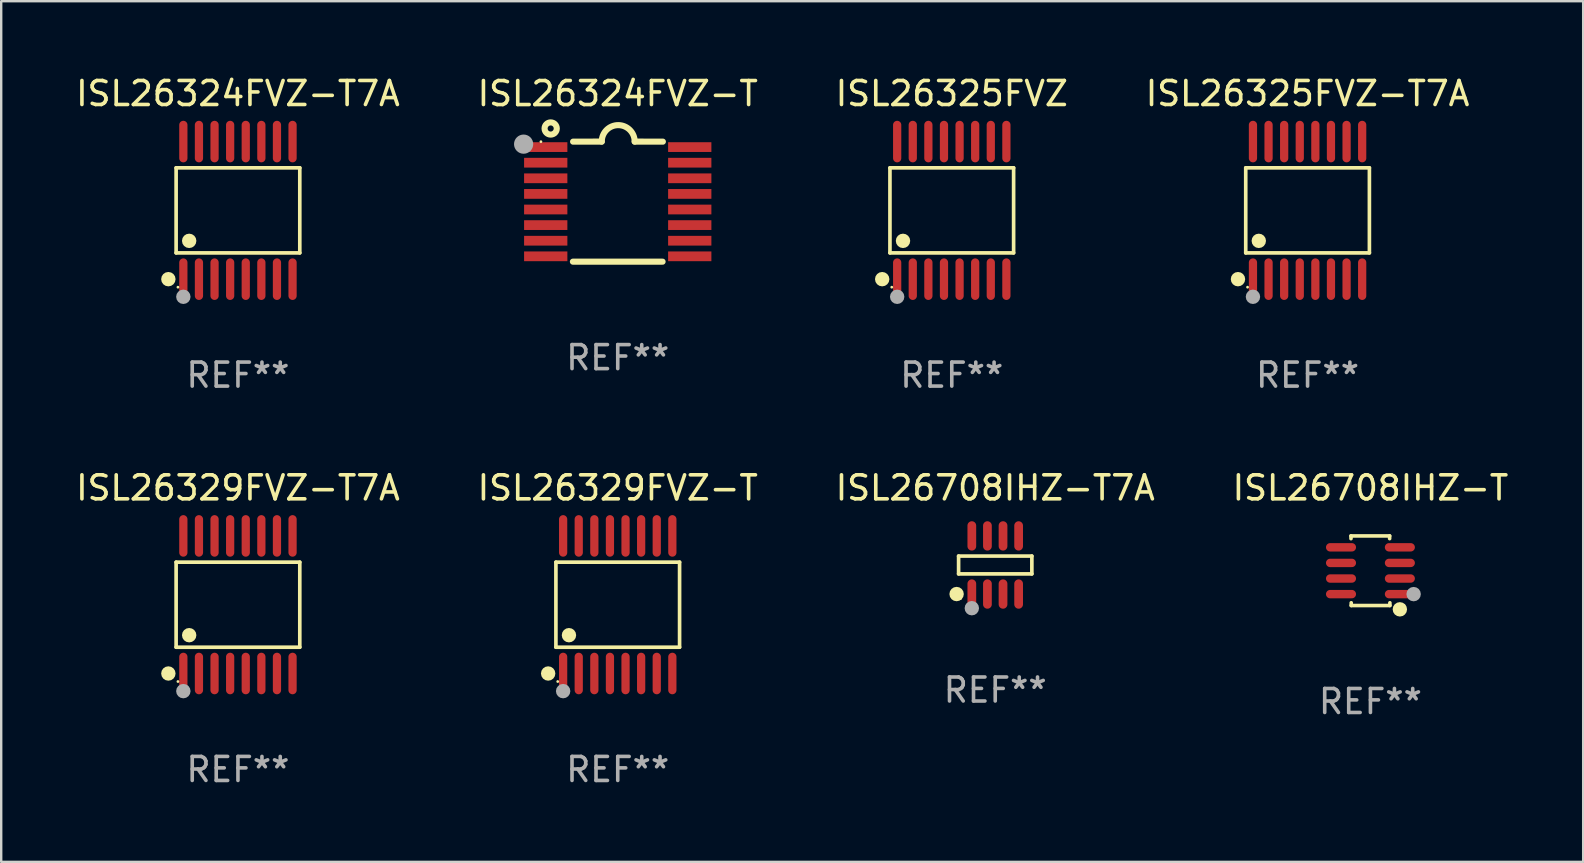
<source format=kicad_pcb>
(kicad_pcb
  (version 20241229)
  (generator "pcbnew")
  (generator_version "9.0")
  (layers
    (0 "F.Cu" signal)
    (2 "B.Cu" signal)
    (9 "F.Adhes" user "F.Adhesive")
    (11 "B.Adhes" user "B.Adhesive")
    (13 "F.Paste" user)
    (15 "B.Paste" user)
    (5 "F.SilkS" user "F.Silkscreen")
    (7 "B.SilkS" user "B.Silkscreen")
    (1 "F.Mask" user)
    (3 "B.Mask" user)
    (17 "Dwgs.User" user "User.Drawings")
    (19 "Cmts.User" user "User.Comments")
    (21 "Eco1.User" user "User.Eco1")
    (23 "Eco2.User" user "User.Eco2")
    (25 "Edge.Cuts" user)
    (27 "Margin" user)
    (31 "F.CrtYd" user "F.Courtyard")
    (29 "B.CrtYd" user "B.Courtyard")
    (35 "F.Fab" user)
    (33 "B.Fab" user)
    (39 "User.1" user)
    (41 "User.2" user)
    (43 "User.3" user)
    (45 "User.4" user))
  (footprint "ISL26324FVZ-T7A"
    (layer "F.Cu")
    (at 6.863 5.714)
    (property "Reference" "ISL26324FVZ-T7A" (at 0 -4.866 0) (layer "F.SilkS") (effects (font (size 1 1) (thickness 0.15))))
    (attr through_hole)
    (fp_line (start -2.576 -1.772) (end 2.576 -1.772) (stroke (width 0.152) (type solid)) (layer "F.SilkS"))
    (fp_line (start -2.576 1.771) (end -2.576 -1.772) (stroke (width 0.152) (type solid)) (layer "F.SilkS"))
    (fp_line (start 2.576 -1.772) (end 2.576 1.771) (stroke (width 0.152) (type solid)) (layer "F.SilkS"))
    (fp_line (start 2.576 1.771) (end -2.576 1.771) (stroke (width 0.152) (type solid)) (layer "F.SilkS"))
    (fp_circle (center -2.899 2.866) (end -2.749 2.866) (stroke (width 0.3) (type solid)) (fill no) (layer "F.SilkS"))
    (fp_circle (center -2.5 3.2) (end -2.47 3.2) (stroke (width 0.06) (type solid)) (fill no) (layer "F.SilkS"))
    (fp_circle (center -2.032 1.27) (end -1.882 1.27) (stroke (width 0.3) (type solid)) (fill no) (layer "F.SilkS"))
    (fp_circle (center -2.275 3.6) (end -2.125 3.6) (stroke (width 0.3) (type solid)) (fill no) (layer "F.Fab"))
    (fp_text user "REF**" (at 0 6.866 0) (layer "F.Fab") (effects (font (size 1 1) (thickness 0.15))))
    (pad "1" smd oval (at -2.275 2.866) (size 0.343 1.731) (layers "F.Cu" "F.Mask" "F.Paste"))
    (pad "2" smd oval (at -1.625 2.866) (size 0.343 1.731) (layers "F.Cu" "F.Mask" "F.Paste"))
    (pad "3" smd oval (at -0.975 2.866) (size 0.343 1.731) (layers "F.Cu" "F.Mask" "F.Paste"))
    (pad "4" smd oval (at -0.325 2.866) (size 0.343 1.731) (layers "F.Cu" "F.Mask" "F.Paste"))
    (pad "5" smd oval (at 0.325 2.866) (size 0.343 1.731) (layers "F.Cu" "F.Mask" "F.Paste"))
    (pad "6" smd oval (at 0.975 2.866) (size 0.343 1.731) (layers "F.Cu" "F.Mask" "F.Paste"))
    (pad "7" smd oval (at 1.625 2.866) (size 0.343 1.731) (layers "F.Cu" "F.Mask" "F.Paste"))
    (pad "8" smd oval (at 2.275 2.866) (size 0.343 1.731) (layers "F.Cu" "F.Mask" "F.Paste"))
    (pad "9" smd oval (at 2.275 -2.866) (size 0.343 1.731) (layers "F.Cu" "F.Mask" "F.Paste"))
    (pad "10" smd oval (at 1.625 -2.866) (size 0.343 1.731) (layers "F.Cu" "F.Mask" "F.Paste"))
    (pad "11" smd oval (at 0.975 -2.866) (size 0.343 1.731) (layers "F.Cu" "F.Mask" "F.Paste"))
    (pad "12" smd oval (at 0.325 -2.866) (size 0.343 1.731) (layers "F.Cu" "F.Mask" "F.Paste"))
    (pad "13" smd oval (at -0.325 -2.866) (size 0.343 1.731) (layers "F.Cu" "F.Mask" "F.Paste"))
    (pad "14" smd oval (at -0.975 -2.866) (size 0.343 1.731) (layers "F.Cu" "F.Mask" "F.Paste"))
    (pad "15" smd oval (at -1.625 -2.866) (size 0.343 1.731) (layers "F.Cu" "F.Mask" "F.Paste"))
    (pad "16" smd oval (at -2.275 -2.866) (size 0.343 1.731) (layers "F.Cu" "F.Mask" "F.Paste")))
  (footprint "ISL26324FVZ-T"
    (layer "F.Cu")
    (at 22.685 5.35)
    (property "Reference" "ISL26324FVZ-T" (at 0 -4.501 0) (layer "F.SilkS") (effects (font (size 1 1) (thickness 0.15))))
    (attr through_hole)
    (fp_line (start -1.868 2.501) (end 1.868 2.501) (stroke (width 0.254) (type solid)) (layer "F.SilkS"))
    (fp_line (start -1.86 -2.499) (end -0.666 -2.501) (stroke (width 0.254) (type solid)) (layer "F.SilkS"))
    (fp_line (start 0.706 -2.501) (end 1.88 -2.499) (stroke (width 0.254) (type solid)) (layer "F.SilkS"))
    (fp_arc (start -0.665914 -2.501448) (mid 0.019888 -3.18725) (end 0.70569 -2.501448) (stroke (width 0.254001) (type solid)) (layer "F.SilkS"))
    (fp_circle (center -3.2 -2.497) (end -3.17 -2.497) (stroke (width 0.06) (type solid)) (fill no) (layer "F.SilkS"))
    (fp_circle (center -2.794 -3.047) (end -2.54 -3.047) (stroke (width 0.254) (type solid)) (fill no) (layer "F.SilkS"))
    (fp_circle (center -3.921 -2.395) (end -3.721 -2.395) (stroke (width 0.4) (type solid)) (fill no) (layer "F.Fab"))
    (fp_text user "REF**" (at 0 6.501 0) (layer "F.Fab") (effects (font (size 1 1) (thickness 0.15))))
    (pad "1" smd rect (at -3 -2.272) (size 1.803 0.406) (layers "F.Cu" "F.Mask" "F.Paste"))
    (pad "2" smd rect (at -3 -1.622) (size 1.803 0.406) (layers "F.Cu" "F.Mask" "F.Paste"))
    (pad "3" smd rect (at -3 -0.972) (size 1.803 0.406) (layers "F.Cu" "F.Mask" "F.Paste"))
    (pad "4" smd rect (at -3 -0.322) (size 1.803 0.406) (layers "F.Cu" "F.Mask" "F.Paste"))
    (pad "5" smd rect (at -3 0.328) (size 1.803 0.406) (layers "F.Cu" "F.Mask" "F.Paste"))
    (pad "6" smd rect (at -3 0.978) (size 1.803 0.406) (layers "F.Cu" "F.Mask" "F.Paste"))
    (pad "7" smd rect (at -3 1.628) (size 1.803 0.406) (layers "F.Cu" "F.Mask" "F.Paste"))
    (pad "8" smd rect (at -3 2.278) (size 1.803 0.406) (layers "F.Cu" "F.Mask" "F.Paste"))
    (pad "9" smd rect (at 3 2.278) (size 1.803 0.406) (layers "F.Cu" "F.Mask" "F.Paste"))
    (pad "10" smd rect (at 3 1.628) (size 1.803 0.406) (layers "F.Cu" "F.Mask" "F.Paste"))
    (pad "11" smd rect (at 3 0.978) (size 1.803 0.406) (layers "F.Cu" "F.Mask" "F.Paste"))
    (pad "12" smd rect (at 3 0.328) (size 1.803 0.406) (layers "F.Cu" "F.Mask" "F.Paste"))
    (pad "13" smd rect (at 3 -0.322) (size 1.803 0.406) (layers "F.Cu" "F.Mask" "F.Paste"))
    (pad "14" smd rect (at 3 -0.972) (size 1.803 0.406) (layers "F.Cu" "F.Mask" "F.Paste"))
    (pad "15" smd rect (at 3 -1.622) (size 1.803 0.406) (layers "F.Cu" "F.Mask" "F.Paste"))
    (pad "16" smd rect (at 3 -2.272) (size 1.803 0.406) (layers "F.Cu" "F.Mask" "F.Paste")))
  (footprint "ISL26325FVZ-T7A"
    (layer "F.Cu")
    (at 51.423 5.714)
    (property "Reference" "ISL26325FVZ-T7A" (at 0 -4.866 0) (layer "F.SilkS") (effects (font (size 1 1) (thickness 0.15))))
    (attr through_hole)
    (fp_line (start -2.576 -1.772) (end 2.576 -1.772) (stroke (width 0.152) (type solid)) (layer "F.SilkS"))
    (fp_line (start -2.576 1.771) (end -2.576 -1.772) (stroke (width 0.152) (type solid)) (layer "F.SilkS"))
    (fp_line (start 2.576 -1.772) (end 2.576 1.771) (stroke (width 0.152) (type solid)) (layer "F.SilkS"))
    (fp_line (start 2.576 1.771) (end -2.576 1.771) (stroke (width 0.152) (type solid)) (layer "F.SilkS"))
    (fp_circle (center -2.899 2.866) (end -2.749 2.866) (stroke (width 0.3) (type solid)) (fill no) (layer "F.SilkS"))
    (fp_circle (center -2.5 3.2) (end -2.47 3.2) (stroke (width 0.06) (type solid)) (fill no) (layer "F.SilkS"))
    (fp_circle (center -2.032 1.27) (end -1.882 1.27) (stroke (width 0.3) (type solid)) (fill no) (layer "F.SilkS"))
    (fp_circle (center -2.275 3.6) (end -2.125 3.6) (stroke (width 0.3) (type solid)) (fill no) (layer "F.Fab"))
    (fp_text user "REF**" (at 0 6.866 0) (layer "F.Fab") (effects (font (size 1 1) (thickness 0.15))))
    (pad "1" smd oval (at -2.275 2.866) (size 0.343 1.731) (layers "F.Cu" "F.Mask" "F.Paste"))
    (pad "2" smd oval (at -1.625 2.866) (size 0.343 1.731) (layers "F.Cu" "F.Mask" "F.Paste"))
    (pad "3" smd oval (at -0.975 2.866) (size 0.343 1.731) (layers "F.Cu" "F.Mask" "F.Paste"))
    (pad "4" smd oval (at -0.325 2.866) (size 0.343 1.731) (layers "F.Cu" "F.Mask" "F.Paste"))
    (pad "5" smd oval (at 0.325 2.866) (size 0.343 1.731) (layers "F.Cu" "F.Mask" "F.Paste"))
    (pad "6" smd oval (at 0.975 2.866) (size 0.343 1.731) (layers "F.Cu" "F.Mask" "F.Paste"))
    (pad "7" smd oval (at 1.625 2.866) (size 0.343 1.731) (layers "F.Cu" "F.Mask" "F.Paste"))
    (pad "8" smd oval (at 2.275 2.866) (size 0.343 1.731) (layers "F.Cu" "F.Mask" "F.Paste"))
    (pad "9" smd oval (at 2.275 -2.866) (size 0.343 1.731) (layers "F.Cu" "F.Mask" "F.Paste"))
    (pad "10" smd oval (at 1.625 -2.866) (size 0.343 1.731) (layers "F.Cu" "F.Mask" "F.Paste"))
    (pad "11" smd oval (at 0.975 -2.866) (size 0.343 1.731) (layers "F.Cu" "F.Mask" "F.Paste"))
    (pad "12" smd oval (at 0.325 -2.866) (size 0.343 1.731) (layers "F.Cu" "F.Mask" "F.Paste"))
    (pad "13" smd oval (at -0.325 -2.866) (size 0.343 1.731) (layers "F.Cu" "F.Mask" "F.Paste"))
    (pad "14" smd oval (at -0.975 -2.866) (size 0.343 1.731) (layers "F.Cu" "F.Mask" "F.Paste"))
    (pad "15" smd oval (at -1.625 -2.866) (size 0.343 1.731) (layers "F.Cu" "F.Mask" "F.Paste"))
    (pad "16" smd oval (at -2.275 -2.866) (size 0.343 1.731) (layers "F.Cu" "F.Mask" "F.Paste")))
  (footprint "ISL26708IHZ-T7A"
    (layer "F.Cu")
    (at 38.411 20.487)
    (property "Reference" "ISL26708IHZ-T7A" (at 0 -3.211 0) (layer "F.SilkS") (effects (font (size 1 1) (thickness 0.15))))
    (attr through_hole)
    (fp_line (start -1.526 -0.371) (end 1.526 -0.371) (stroke (width 0.152) (type solid)) (layer "F.SilkS"))
    (fp_line (start -1.526 0.371) (end -1.526 -0.371) (stroke (width 0.152) (type solid)) (layer "F.SilkS"))
    (fp_line (start 1.526 -0.371) (end 1.526 0.371) (stroke (width 0.152) (type solid)) (layer "F.SilkS"))
    (fp_line (start 1.526 0.371) (end -1.526 0.371) (stroke (width 0.152) (type solid)) (layer "F.SilkS"))
    (fp_circle (center -1.609 1.211) (end -1.459 1.211) (stroke (width 0.3) (type solid)) (fill no) (layer "F.SilkS"))
    (fp_circle (center -1.45 1.4) (end -1.42 1.4) (stroke (width 0.06) (type solid)) (fill no) (layer "F.SilkS"))
    (fp_circle (center -0.975 1.8) (end -0.825 1.8) (stroke (width 0.3) (type solid)) (fill no) (layer "F.Fab"))
    (fp_text user "REF**" (at 0 5.211 0) (layer "F.Fab") (effects (font (size 1 1) (thickness 0.15))))
    (pad "1" smd oval (at -0.975 1.211) (size 0.364 1.222) (layers "F.Cu" "F.Mask" "F.Paste"))
    (pad "2" smd oval (at -0.325 1.211) (size 0.364 1.222) (layers "F.Cu" "F.Mask" "F.Paste"))
    (pad "3" smd oval (at 0.325 1.211) (size 0.364 1.222) (layers "F.Cu" "F.Mask" "F.Paste"))
    (pad "4" smd oval (at 0.975 1.211) (size 0.364 1.222) (layers "F.Cu" "F.Mask" "F.Paste"))
    (pad "5" smd oval (at 0.975 -1.211) (size 0.364 1.222) (layers "F.Cu" "F.Mask" "F.Paste"))
    (pad "6" smd oval (at 0.325 -1.211) (size 0.364 1.222) (layers "F.Cu" "F.Mask" "F.Paste"))
    (pad "7" smd oval (at -0.325 -1.211) (size 0.364 1.222) (layers "F.Cu" "F.Mask" "F.Paste"))
    (pad "8" smd oval (at -0.975 -1.211) (size 0.364 1.222) (layers "F.Cu" "F.Mask" "F.Paste")))
  (footprint "ISL26708IHZ-T"
    (layer "F.Cu")
    (at 54.042 20.726)
    (property "Reference" "ISL26708IHZ-T" (at 0 -3.45 0) (layer "F.SilkS") (effects (font (size 1 1) (thickness 0.15))))
    (attr through_hole)
    (fp_line (start -0.81 -1.45) (end 0.8 -1.45) (stroke (width 0.15) (type solid)) (layer "F.SilkS"))
    (fp_line (start -0.81 -1.336) (end -0.81 -1.45) (stroke (width 0.15) (type solid)) (layer "F.SilkS"))
    (fp_line (start -0.8 1.45) (end -0.8 1.336) (stroke (width 0.15) (type solid)) (layer "F.SilkS"))
    (fp_line (start 0.8 -1.45) (end 0.8 -1.336) (stroke (width 0.15) (type solid)) (layer "F.SilkS"))
    (fp_line (start 0.81 1.336) (end 0.81 1.45) (stroke (width 0.15) (type solid)) (layer "F.SilkS"))
    (fp_line (start 0.81 1.45) (end -0.8 1.45) (stroke (width 0.15) (type solid)) (layer "F.SilkS"))
    (fp_circle (center 1.226 1.609) (end 1.376 1.609) (stroke (width 0.3) (type solid)) (fill no) (layer "F.SilkS"))
    (fp_circle (center 1.4 1.45) (end 1.43 1.45) (stroke (width 0.06) (type solid)) (fill no) (layer "F.SilkS"))
    (fp_circle (center 1.8 0.975) (end 1.95 0.975) (stroke (width 0.3) (type solid)) (fill no) (layer "F.Fab"))
    (fp_text user "REF**" (at 0 5.45 0) (layer "F.Fab") (effects (font (size 1 1) (thickness 0.15))))
    (pad "1" smd oval (at 1.226 0.975) (size 1.252 0.35) (layers "F.Cu" "F.Mask" "F.Paste"))
    (pad "2" smd oval (at 1.226 0.325) (size 1.252 0.35) (layers "F.Cu" "F.Mask" "F.Paste"))
    (pad "3" smd oval (at 1.226 -0.325) (size 1.252 0.35) (layers "F.Cu" "F.Mask" "F.Paste"))
    (pad "4" smd oval (at 1.226 -0.975) (size 1.252 0.35) (layers "F.Cu" "F.Mask" "F.Paste"))
    (pad "5" smd oval (at -1.226 -0.975) (size 1.252 0.35) (layers "F.Cu" "F.Mask" "F.Paste"))
    (pad "6" smd oval (at -1.226 -0.325) (size 1.252 0.35) (layers "F.Cu" "F.Mask" "F.Paste"))
    (pad "7" smd oval (at -1.226 0.325) (size 1.252 0.35) (layers "F.Cu" "F.Mask" "F.Paste"))
    (pad "8" smd oval (at -1.226 0.975) (size 1.252 0.35) (layers "F.Cu" "F.Mask" "F.Paste")))
  (footprint "ISL26329FVZ-T"
    (layer "F.Cu")
    (at 22.685 22.142)
    (property "Reference" "ISL26329FVZ-T" (at 0 -4.866 0) (layer "F.SilkS") (effects (font (size 1 1) (thickness 0.15))))
    (attr through_hole)
    (fp_line (start -2.576 -1.772) (end 2.576 -1.772) (stroke (width 0.152) (type solid)) (layer "F.SilkS"))
    (fp_line (start -2.576 1.771) (end -2.576 -1.772) (stroke (width 0.152) (type solid)) (layer "F.SilkS"))
    (fp_line (start 2.576 -1.772) (end 2.576 1.771) (stroke (width 0.152) (type solid)) (layer "F.SilkS"))
    (fp_line (start 2.576 1.771) (end -2.576 1.771) (stroke (width 0.152) (type solid)) (layer "F.SilkS"))
    (fp_circle (center -2.899 2.866) (end -2.749 2.866) (stroke (width 0.3) (type solid)) (fill no) (layer "F.SilkS"))
    (fp_circle (center -2.5 3.2) (end -2.47 3.2) (stroke (width 0.06) (type solid)) (fill no) (layer "F.SilkS"))
    (fp_circle (center -2.032 1.27) (end -1.882 1.27) (stroke (width 0.3) (type solid)) (fill no) (layer "F.SilkS"))
    (fp_circle (center -2.275 3.6) (end -2.125 3.6) (stroke (width 0.3) (type solid)) (fill no) (layer "F.Fab"))
    (fp_text user "REF**" (at 0 6.866 0) (layer "F.Fab") (effects (font (size 1 1) (thickness 0.15))))
    (pad "1" smd oval (at -2.275 2.866) (size 0.343 1.731) (layers "F.Cu" "F.Mask" "F.Paste"))
    (pad "2" smd oval (at -1.625 2.866) (size 0.343 1.731) (layers "F.Cu" "F.Mask" "F.Paste"))
    (pad "3" smd oval (at -0.975 2.866) (size 0.343 1.731) (layers "F.Cu" "F.Mask" "F.Paste"))
    (pad "4" smd oval (at -0.325 2.866) (size 0.343 1.731) (layers "F.Cu" "F.Mask" "F.Paste"))
    (pad "5" smd oval (at 0.325 2.866) (size 0.343 1.731) (layers "F.Cu" "F.Mask" "F.Paste"))
    (pad "6" smd oval (at 0.975 2.866) (size 0.343 1.731) (layers "F.Cu" "F.Mask" "F.Paste"))
    (pad "7" smd oval (at 1.625 2.866) (size 0.343 1.731) (layers "F.Cu" "F.Mask" "F.Paste"))
    (pad "8" smd oval (at 2.275 2.866) (size 0.343 1.731) (layers "F.Cu" "F.Mask" "F.Paste"))
    (pad "9" smd oval (at 2.275 -2.866) (size 0.343 1.731) (layers "F.Cu" "F.Mask" "F.Paste"))
    (pad "10" smd oval (at 1.625 -2.866) (size 0.343 1.731) (layers "F.Cu" "F.Mask" "F.Paste"))
    (pad "11" smd oval (at 0.975 -2.866) (size 0.343 1.731) (layers "F.Cu" "F.Mask" "F.Paste"))
    (pad "12" smd oval (at 0.325 -2.866) (size 0.343 1.731) (layers "F.Cu" "F.Mask" "F.Paste"))
    (pad "13" smd oval (at -0.325 -2.866) (size 0.343 1.731) (layers "F.Cu" "F.Mask" "F.Paste"))
    (pad "14" smd oval (at -0.975 -2.866) (size 0.343 1.731) (layers "F.Cu" "F.Mask" "F.Paste"))
    (pad "15" smd oval (at -1.625 -2.866) (size 0.343 1.731) (layers "F.Cu" "F.Mask" "F.Paste"))
    (pad "16" smd oval (at -2.275 -2.866) (size 0.343 1.731) (layers "F.Cu" "F.Mask" "F.Paste")))
  (footprint "ISL26325FVZ"
    (layer "F.Cu")
    (at 36.601 5.714)
    (property "Reference" "ISL26325FVZ" (at 0 -4.866 0) (layer "F.SilkS") (effects (font (size 1 1) (thickness 0.15))))
    (attr through_hole)
    (fp_line (start -2.576 -1.772) (end 2.576 -1.772) (stroke (width 0.152) (type solid)) (layer "F.SilkS"))
    (fp_line (start -2.576 1.771) (end -2.576 -1.772) (stroke (width 0.152) (type solid)) (layer "F.SilkS"))
    (fp_line (start 2.576 -1.772) (end 2.576 1.771) (stroke (width 0.152) (type solid)) (layer "F.SilkS"))
    (fp_line (start 2.576 1.771) (end -2.576 1.771) (stroke (width 0.152) (type solid)) (layer "F.SilkS"))
    (fp_circle (center -2.899 2.866) (end -2.749 2.866) (stroke (width 0.3) (type solid)) (fill no) (layer "F.SilkS"))
    (fp_circle (center -2.5 3.2) (end -2.47 3.2) (stroke (width 0.06) (type solid)) (fill no) (layer "F.SilkS"))
    (fp_circle (center -2.032 1.27) (end -1.882 1.27) (stroke (width 0.3) (type solid)) (fill no) (layer "F.SilkS"))
    (fp_circle (center -2.275 3.6) (end -2.125 3.6) (stroke (width 0.3) (type solid)) (fill no) (layer "F.Fab"))
    (fp_text user "REF**" (at 0 6.866 0) (layer "F.Fab") (effects (font (size 1 1) (thickness 0.15))))
    (pad "1" smd oval (at -2.275 2.866) (size 0.343 1.731) (layers "F.Cu" "F.Mask" "F.Paste"))
    (pad "2" smd oval (at -1.625 2.866) (size 0.343 1.731) (layers "F.Cu" "F.Mask" "F.Paste"))
    (pad "3" smd oval (at -0.975 2.866) (size 0.343 1.731) (layers "F.Cu" "F.Mask" "F.Paste"))
    (pad "4" smd oval (at -0.325 2.866) (size 0.343 1.731) (layers "F.Cu" "F.Mask" "F.Paste"))
    (pad "5" smd oval (at 0.325 2.866) (size 0.343 1.731) (layers "F.Cu" "F.Mask" "F.Paste"))
    (pad "6" smd oval (at 0.975 2.866) (size 0.343 1.731) (layers "F.Cu" "F.Mask" "F.Paste"))
    (pad "7" smd oval (at 1.625 2.866) (size 0.343 1.731) (layers "F.Cu" "F.Mask" "F.Paste"))
    (pad "8" smd oval (at 2.275 2.866) (size 0.343 1.731) (layers "F.Cu" "F.Mask" "F.Paste"))
    (pad "9" smd oval (at 2.275 -2.866) (size 0.343 1.731) (layers "F.Cu" "F.Mask" "F.Paste"))
    (pad "10" smd oval (at 1.625 -2.866) (size 0.343 1.731) (layers "F.Cu" "F.Mask" "F.Paste"))
    (pad "11" smd oval (at 0.975 -2.866) (size 0.343 1.731) (layers "F.Cu" "F.Mask" "F.Paste"))
    (pad "12" smd oval (at 0.325 -2.866) (size 0.343 1.731) (layers "F.Cu" "F.Mask" "F.Paste"))
    (pad "13" smd oval (at -0.325 -2.866) (size 0.343 1.731) (layers "F.Cu" "F.Mask" "F.Paste"))
    (pad "14" smd oval (at -0.975 -2.866) (size 0.343 1.731) (layers "F.Cu" "F.Mask" "F.Paste"))
    (pad "15" smd oval (at -1.625 -2.866) (size 0.343 1.731) (layers "F.Cu" "F.Mask" "F.Paste"))
    (pad "16" smd oval (at -2.275 -2.866) (size 0.343 1.731) (layers "F.Cu" "F.Mask" "F.Paste")))
  (footprint "ISL26329FVZ-T7A"
    (layer "F.Cu")
    (at 6.863 22.142)
    (property "Reference" "ISL26329FVZ-T7A" (at 0 -4.866 0) (layer "F.SilkS") (effects (font (size 1 1) (thickness 0.15))))
    (attr through_hole)
    (fp_line (start -2.576 -1.772) (end 2.576 -1.772) (stroke (width 0.152) (type solid)) (layer "F.SilkS"))
    (fp_line (start -2.576 1.771) (end -2.576 -1.772) (stroke (width 0.152) (type solid)) (layer "F.SilkS"))
    (fp_line (start 2.576 -1.772) (end 2.576 1.771) (stroke (width 0.152) (type solid)) (layer "F.SilkS"))
    (fp_line (start 2.576 1.771) (end -2.576 1.771) (stroke (width 0.152) (type solid)) (layer "F.SilkS"))
    (fp_circle (center -2.899 2.866) (end -2.749 2.866) (stroke (width 0.3) (type solid)) (fill no) (layer "F.SilkS"))
    (fp_circle (center -2.5 3.2) (end -2.47 3.2) (stroke (width 0.06) (type solid)) (fill no) (layer "F.SilkS"))
    (fp_circle (center -2.032 1.27) (end -1.882 1.27) (stroke (width 0.3) (type solid)) (fill no) (layer "F.SilkS"))
    (fp_circle (center -2.275 3.6) (end -2.125 3.6) (stroke (width 0.3) (type solid)) (fill no) (layer "F.Fab"))
    (fp_text user "REF**" (at 0 6.866 0) (layer "F.Fab") (effects (font (size 1 1) (thickness 0.15))))
    (pad "1" smd oval (at -2.275 2.866) (size 0.343 1.731) (layers "F.Cu" "F.Mask" "F.Paste"))
    (pad "2" smd oval (at -1.625 2.866) (size 0.343 1.731) (layers "F.Cu" "F.Mask" "F.Paste"))
    (pad "3" smd oval (at -0.975 2.866) (size 0.343 1.731) (layers "F.Cu" "F.Mask" "F.Paste"))
    (pad "4" smd oval (at -0.325 2.866) (size 0.343 1.731) (layers "F.Cu" "F.Mask" "F.Paste"))
    (pad "5" smd oval (at 0.325 2.866) (size 0.343 1.731) (layers "F.Cu" "F.Mask" "F.Paste"))
    (pad "6" smd oval (at 0.975 2.866) (size 0.343 1.731) (layers "F.Cu" "F.Mask" "F.Paste"))
    (pad "7" smd oval (at 1.625 2.866) (size 0.343 1.731) (layers "F.Cu" "F.Mask" "F.Paste"))
    (pad "8" smd oval (at 2.275 2.866) (size 0.343 1.731) (layers "F.Cu" "F.Mask" "F.Paste"))
    (pad "9" smd oval (at 2.275 -2.866) (size 0.343 1.731) (layers "F.Cu" "F.Mask" "F.Paste"))
    (pad "10" smd oval (at 1.625 -2.866) (size 0.343 1.731) (layers "F.Cu" "F.Mask" "F.Paste"))
    (pad "11" smd oval (at 0.975 -2.866) (size 0.343 1.731) (layers "F.Cu" "F.Mask" "F.Paste"))
    (pad "12" smd oval (at 0.325 -2.866) (size 0.343 1.731) (layers "F.Cu" "F.Mask" "F.Paste"))
    (pad "13" smd oval (at -0.325 -2.866) (size 0.343 1.731) (layers "F.Cu" "F.Mask" "F.Paste"))
    (pad "14" smd oval (at -0.975 -2.866) (size 0.343 1.731) (layers "F.Cu" "F.Mask" "F.Paste"))
    (pad "15" smd oval (at -1.625 -2.866) (size 0.343 1.731) (layers "F.Cu" "F.Mask" "F.Paste"))
    (pad "16" smd oval (at -2.275 -2.866) (size 0.343 1.731) (layers "F.Cu" "F.Mask" "F.Paste")))
  (gr_rect
    (start -3 -3)
    (end 62.905 32.856)
    (stroke (width 0.1) (type default))
    (fill no)
    (layer "Edge.Cuts")))
</source>
